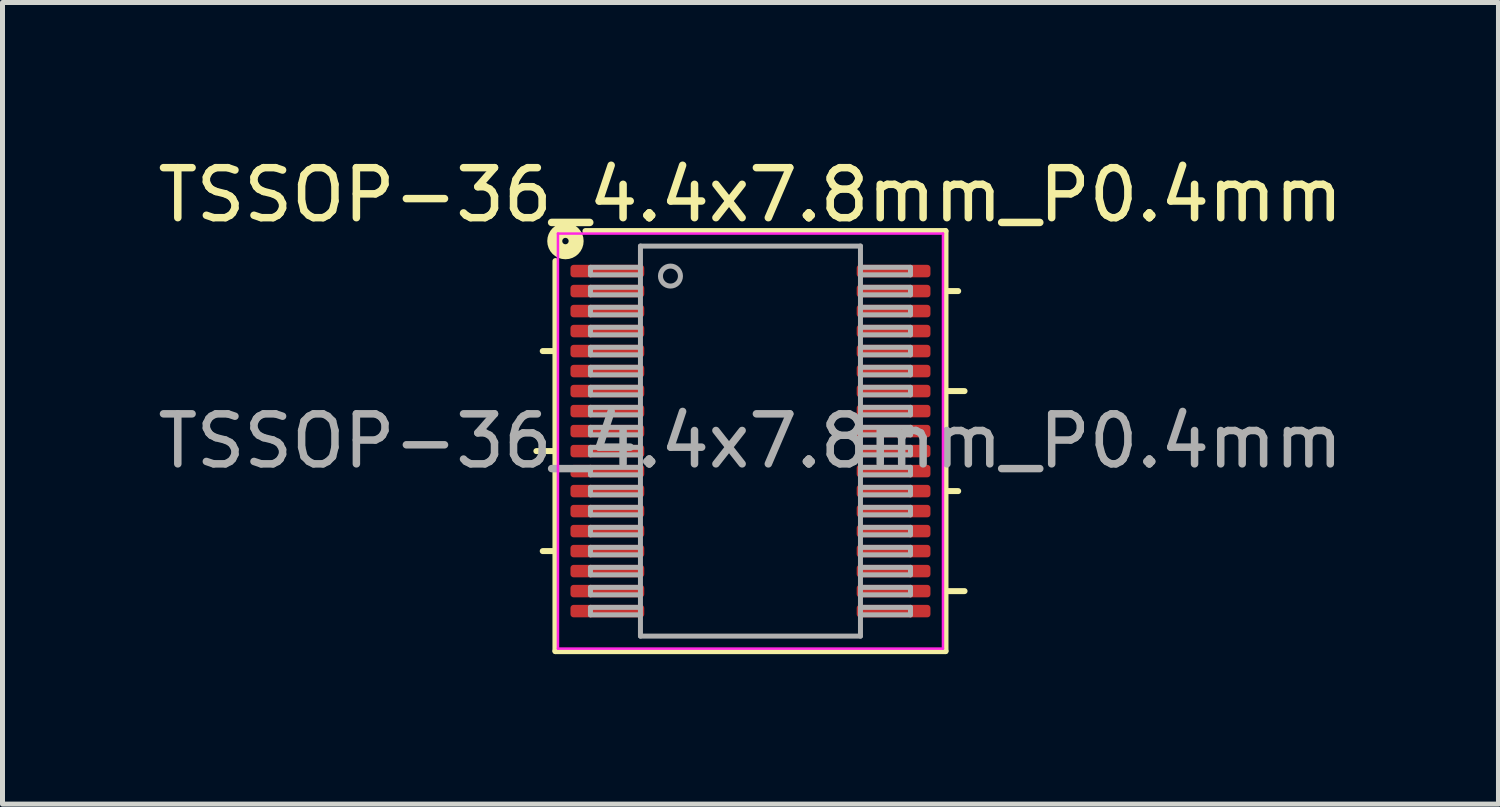
<source format=kicad_pcb>
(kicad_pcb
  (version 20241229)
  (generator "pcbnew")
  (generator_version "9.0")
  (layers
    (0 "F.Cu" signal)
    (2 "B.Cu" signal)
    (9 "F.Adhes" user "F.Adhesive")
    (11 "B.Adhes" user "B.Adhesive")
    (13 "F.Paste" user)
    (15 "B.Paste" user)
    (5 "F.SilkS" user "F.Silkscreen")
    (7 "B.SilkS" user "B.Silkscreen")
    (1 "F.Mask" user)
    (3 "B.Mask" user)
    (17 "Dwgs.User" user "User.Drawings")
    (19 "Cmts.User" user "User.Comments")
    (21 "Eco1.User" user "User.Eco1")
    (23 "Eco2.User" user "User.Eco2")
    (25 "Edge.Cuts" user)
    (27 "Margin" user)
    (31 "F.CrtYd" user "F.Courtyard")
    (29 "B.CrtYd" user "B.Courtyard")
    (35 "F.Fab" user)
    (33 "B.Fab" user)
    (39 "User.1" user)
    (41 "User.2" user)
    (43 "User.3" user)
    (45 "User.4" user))
  (footprint "TSSOP-36_4.4x7.8mm_P0.4mm"
    (layer "F.Cu")
    (at 11.958 5.771)
    (property "Reference" "TSSOP-36_4.4x7.8mm_P0.4mm" (at 0 -4.923 0) (layer "F.SilkS") (effects (font (size 1 1) (thickness 0.15))))
    (attr smd)
    (fp_line (start -4.281 0.2) (end -3.9 0.2) (stroke (width 0.12) (type solid)) (layer "F.SilkS"))
    (fp_line (start -4.154 2.2) (end -3.9 2.2) (stroke (width 0.12) (type solid)) (layer "F.SilkS"))
    (fp_line (start -3.9 -3.6) (end -3.9 4.2) (stroke (width 0.12) (type solid)) (layer "F.SilkS"))
    (fp_line (start -3.9 -1.8) (end -4.154 -1.8) (stroke (width 0.12) (type solid)) (layer "F.SilkS"))
    (fp_line (start -3.9 4.2) (end 3.9 4.2) (stroke (width 0.12) (type solid)) (layer "F.SilkS"))
    (fp_line (start 3.9 -4.2) (end -3.3 -4.2) (stroke (width 0.12) (type solid)) (layer "F.SilkS"))
    (fp_line (start 3.9 -3) (end 4.154 -3) (stroke (width 0.12) (type solid)) (layer "F.SilkS"))
    (fp_line (start 3.9 -1) (end 4.281 -1) (stroke (width 0.12) (type solid)) (layer "F.SilkS"))
    (fp_line (start 3.9 1) (end 4.154 1) (stroke (width 0.12) (type solid)) (layer "F.SilkS"))
    (fp_line (start 3.9 3) (end 4.281 3) (stroke (width 0.12) (type solid)) (layer "F.SilkS"))
    (fp_line (start 3.9 4.2) (end 3.9 -4.2) (stroke (width 0.12) (type solid)) (layer "F.SilkS"))
    (fp_circle (center -3.7 -4) (end -3.636 -4) (stroke (width 0.3) (type solid)) (fill no) (layer "F.SilkS"))
    (fp_line (start -3.85 -4.15) (end -3.85 4.15) (stroke (width 0.05) (type solid)) (layer "F.CrtYd"))
    (fp_line (start -3.85 4.15) (end 3.85 4.15) (stroke (width 0.05) (type solid)) (layer "F.CrtYd"))
    (fp_line (start 3.85 -4.15) (end -3.85 -4.15) (stroke (width 0.05) (type solid)) (layer "F.CrtYd"))
    (fp_line (start 3.85 4.15) (end 3.85 -4.15) (stroke (width 0.05) (type solid)) (layer "F.CrtYd"))
    (fp_line (start -3.2 -3.475) (end -3.2 -3.325) (stroke (width 0.1) (type solid)) (layer "F.Fab"))
    (fp_line (start -3.2 -3.475) (end -2.2 -3.475) (stroke (width 0.1) (type solid)) (layer "F.Fab"))
    (fp_line (start -3.2 -3.325) (end -2.2 -3.325) (stroke (width 0.1) (type solid)) (layer "F.Fab"))
    (fp_line (start -3.2 -3.075) (end -3.2 -2.925) (stroke (width 0.1) (type solid)) (layer "F.Fab"))
    (fp_line (start -3.2 -3.075) (end -2.2 -3.075) (stroke (width 0.1) (type solid)) (layer "F.Fab"))
    (fp_line (start -3.2 -2.925) (end -2.2 -2.925) (stroke (width 0.1) (type solid)) (layer "F.Fab"))
    (fp_line (start -3.2 -2.675) (end -3.2 -2.525) (stroke (width 0.1) (type solid)) (layer "F.Fab"))
    (fp_line (start -3.2 -2.675) (end -2.2 -2.675) (stroke (width 0.1) (type solid)) (layer "F.Fab"))
    (fp_line (start -3.2 -2.525) (end -2.2 -2.525) (stroke (width 0.1) (type solid)) (layer "F.Fab"))
    (fp_line (start -3.2 -2.275) (end -3.2 -2.125) (stroke (width 0.1) (type solid)) (layer "F.Fab"))
    (fp_line (start -3.2 -2.275) (end -2.2 -2.275) (stroke (width 0.1) (type solid)) (layer "F.Fab"))
    (fp_line (start -3.2 -2.125) (end -2.2 -2.125) (stroke (width 0.1) (type solid)) (layer "F.Fab"))
    (fp_line (start -3.2 -1.875) (end -3.2 -1.725) (stroke (width 0.1) (type solid)) (layer "F.Fab"))
    (fp_line (start -3.2 -1.875) (end -2.2 -1.875) (stroke (width 0.1) (type solid)) (layer "F.Fab"))
    (fp_line (start -3.2 -1.725) (end -2.2 -1.725) (stroke (width 0.1) (type solid)) (layer "F.Fab"))
    (fp_line (start -3.2 -1.475) (end -3.2 -1.325) (stroke (width 0.1) (type solid)) (layer "F.Fab"))
    (fp_line (start -3.2 -1.475) (end -2.2 -1.475) (stroke (width 0.1) (type solid)) (layer "F.Fab"))
    (fp_line (start -3.2 -1.325) (end -2.2 -1.325) (stroke (width 0.1) (type solid)) (layer "F.Fab"))
    (fp_line (start -3.2 -1.075) (end -3.2 -0.925) (stroke (width 0.1) (type solid)) (layer "F.Fab"))
    (fp_line (start -3.2 -1.075) (end -2.2 -1.075) (stroke (width 0.1) (type solid)) (layer "F.Fab"))
    (fp_line (start -3.2 -0.925) (end -2.2 -0.925) (stroke (width 0.1) (type solid)) (layer "F.Fab"))
    (fp_line (start -3.2 -0.675) (end -3.2 -0.525) (stroke (width 0.1) (type solid)) (layer "F.Fab"))
    (fp_line (start -3.2 -0.675) (end -2.2 -0.675) (stroke (width 0.1) (type solid)) (layer "F.Fab"))
    (fp_line (start -3.2 -0.525) (end -2.2 -0.525) (stroke (width 0.1) (type solid)) (layer "F.Fab"))
    (fp_line (start -3.2 -0.275) (end -3.2 -0.125) (stroke (width 0.1) (type solid)) (layer "F.Fab"))
    (fp_line (start -3.2 -0.275) (end -2.2 -0.275) (stroke (width 0.1) (type solid)) (layer "F.Fab"))
    (fp_line (start -3.2 -0.125) (end -2.2 -0.125) (stroke (width 0.1) (type solid)) (layer "F.Fab"))
    (fp_line (start -3.2 0.125) (end -3.2 0.275) (stroke (width 0.1) (type solid)) (layer "F.Fab"))
    (fp_line (start -3.2 0.125) (end -2.2 0.125) (stroke (width 0.1) (type solid)) (layer "F.Fab"))
    (fp_line (start -3.2 0.275) (end -2.2 0.275) (stroke (width 0.1) (type solid)) (layer "F.Fab"))
    (fp_line (start -3.2 0.525) (end -3.2 0.675) (stroke (width 0.1) (type solid)) (layer "F.Fab"))
    (fp_line (start -3.2 0.525) (end -2.2 0.525) (stroke (width 0.1) (type solid)) (layer "F.Fab"))
    (fp_line (start -3.2 0.675) (end -2.2 0.675) (stroke (width 0.1) (type solid)) (layer "F.Fab"))
    (fp_line (start -3.2 0.925) (end -3.2 1.075) (stroke (width 0.1) (type solid)) (layer "F.Fab"))
    (fp_line (start -3.2 0.925) (end -2.2 0.925) (stroke (width 0.1) (type solid)) (layer "F.Fab"))
    (fp_line (start -3.2 1.075) (end -2.2 1.075) (stroke (width 0.1) (type solid)) (layer "F.Fab"))
    (fp_line (start -3.2 1.325) (end -3.2 1.475) (stroke (width 0.1) (type solid)) (layer "F.Fab"))
    (fp_line (start -3.2 1.325) (end -2.2 1.325) (stroke (width 0.1) (type solid)) (layer "F.Fab"))
    (fp_line (start -3.2 1.475) (end -2.2 1.475) (stroke (width 0.1) (type solid)) (layer "F.Fab"))
    (fp_line (start -3.2 1.725) (end -3.2 1.875) (stroke (width 0.1) (type solid)) (layer "F.Fab"))
    (fp_line (start -3.2 1.725) (end -2.2 1.725) (stroke (width 0.1) (type solid)) (layer "F.Fab"))
    (fp_line (start -3.2 1.875) (end -2.2 1.875) (stroke (width 0.1) (type solid)) (layer "F.Fab"))
    (fp_line (start -3.2 2.125) (end -3.2 2.275) (stroke (width 0.1) (type solid)) (layer "F.Fab"))
    (fp_line (start -3.2 2.125) (end -2.2 2.125) (stroke (width 0.1) (type solid)) (layer "F.Fab"))
    (fp_line (start -3.2 2.275) (end -2.2 2.275) (stroke (width 0.1) (type solid)) (layer "F.Fab"))
    (fp_line (start -3.2 2.525) (end -3.2 2.675) (stroke (width 0.1) (type solid)) (layer "F.Fab"))
    (fp_line (start -3.2 2.525) (end -2.2 2.525) (stroke (width 0.1) (type solid)) (layer "F.Fab"))
    (fp_line (start -3.2 2.675) (end -2.2 2.675) (stroke (width 0.1) (type solid)) (layer "F.Fab"))
    (fp_line (start -3.2 2.925) (end -3.2 3.075) (stroke (width 0.1) (type solid)) (layer "F.Fab"))
    (fp_line (start -3.2 2.925) (end -2.2 2.925) (stroke (width 0.1) (type solid)) (layer "F.Fab"))
    (fp_line (start -3.2 3.075) (end -2.2 3.075) (stroke (width 0.1) (type solid)) (layer "F.Fab"))
    (fp_line (start -3.2 3.325) (end -3.2 3.475) (stroke (width 0.1) (type solid)) (layer "F.Fab"))
    (fp_line (start -3.2 3.325) (end -2.2 3.325) (stroke (width 0.1) (type solid)) (layer "F.Fab"))
    (fp_line (start -3.2 3.475) (end -2.2 3.475) (stroke (width 0.1) (type solid)) (layer "F.Fab"))
    (fp_line (start -2.2 -3.9) (end 2.2 -3.9) (stroke (width 0.1) (type solid)) (layer "F.Fab"))
    (fp_line (start -2.2 3.9) (end -2.2 -3.9) (stroke (width 0.1) (type solid)) (layer "F.Fab"))
    (fp_line (start 2.2 -3.9) (end 2.2 3.9) (stroke (width 0.1) (type solid)) (layer "F.Fab"))
    (fp_line (start 2.2 3.9) (end -2.2 3.9) (stroke (width 0.1) (type solid)) (layer "F.Fab"))
    (fp_line (start 3.2 -3.475) (end 2.2 -3.475) (stroke (width 0.1) (type solid)) (layer "F.Fab"))
    (fp_line (start 3.2 -3.325) (end 2.2 -3.325) (stroke (width 0.1) (type solid)) (layer "F.Fab"))
    (fp_line (start 3.2 -3.325) (end 3.2 -3.475) (stroke (width 0.1) (type solid)) (layer "F.Fab"))
    (fp_line (start 3.2 -3.075) (end 2.2 -3.075) (stroke (width 0.1) (type solid)) (layer "F.Fab"))
    (fp_line (start 3.2 -2.925) (end 2.2 -2.925) (stroke (width 0.1) (type solid)) (layer "F.Fab"))
    (fp_line (start 3.2 -2.925) (end 3.2 -3.075) (stroke (width 0.1) (type solid)) (layer "F.Fab"))
    (fp_line (start 3.2 -2.675) (end 2.2 -2.675) (stroke (width 0.1) (type solid)) (layer "F.Fab"))
    (fp_line (start 3.2 -2.525) (end 2.2 -2.525) (stroke (width 0.1) (type solid)) (layer "F.Fab"))
    (fp_line (start 3.2 -2.525) (end 3.2 -2.675) (stroke (width 0.1) (type solid)) (layer "F.Fab"))
    (fp_line (start 3.2 -2.275) (end 2.2 -2.275) (stroke (width 0.1) (type solid)) (layer "F.Fab"))
    (fp_line (start 3.2 -2.125) (end 2.2 -2.125) (stroke (width 0.1) (type solid)) (layer "F.Fab"))
    (fp_line (start 3.2 -2.125) (end 3.2 -2.275) (stroke (width 0.1) (type solid)) (layer "F.Fab"))
    (fp_line (start 3.2 -1.875) (end 2.2 -1.875) (stroke (width 0.1) (type solid)) (layer "F.Fab"))
    (fp_line (start 3.2 -1.725) (end 2.2 -1.725) (stroke (width 0.1) (type solid)) (layer "F.Fab"))
    (fp_line (start 3.2 -1.725) (end 3.2 -1.875) (stroke (width 0.1) (type solid)) (layer "F.Fab"))
    (fp_line (start 3.2 -1.475) (end 2.2 -1.475) (stroke (width 0.1) (type solid)) (layer "F.Fab"))
    (fp_line (start 3.2 -1.325) (end 2.2 -1.325) (stroke (width 0.1) (type solid)) (layer "F.Fab"))
    (fp_line (start 3.2 -1.325) (end 3.2 -1.475) (stroke (width 0.1) (type solid)) (layer "F.Fab"))
    (fp_line (start 3.2 -1.075) (end 2.2 -1.075) (stroke (width 0.1) (type solid)) (layer "F.Fab"))
    (fp_line (start 3.2 -0.925) (end 2.2 -0.925) (stroke (width 0.1) (type solid)) (layer "F.Fab"))
    (fp_line (start 3.2 -0.925) (end 3.2 -1.075) (stroke (width 0.1) (type solid)) (layer "F.Fab"))
    (fp_line (start 3.2 -0.675) (end 2.2 -0.675) (stroke (width 0.1) (type solid)) (layer "F.Fab"))
    (fp_line (start 3.2 -0.525) (end 2.2 -0.525) (stroke (width 0.1) (type solid)) (layer "F.Fab"))
    (fp_line (start 3.2 -0.525) (end 3.2 -0.675) (stroke (width 0.1) (type solid)) (layer "F.Fab"))
    (fp_line (start 3.2 -0.275) (end 2.2 -0.275) (stroke (width 0.1) (type solid)) (layer "F.Fab"))
    (fp_line (start 3.2 -0.125) (end 2.2 -0.125) (stroke (width 0.1) (type solid)) (layer "F.Fab"))
    (fp_line (start 3.2 -0.125) (end 3.2 -0.275) (stroke (width 0.1) (type solid)) (layer "F.Fab"))
    (fp_line (start 3.2 0.125) (end 2.2 0.125) (stroke (width 0.1) (type solid)) (layer "F.Fab"))
    (fp_line (start 3.2 0.275) (end 2.2 0.275) (stroke (width 0.1) (type solid)) (layer "F.Fab"))
    (fp_line (start 3.2 0.275) (end 3.2 0.125) (stroke (width 0.1) (type solid)) (layer "F.Fab"))
    (fp_line (start 3.2 0.525) (end 2.2 0.525) (stroke (width 0.1) (type solid)) (layer "F.Fab"))
    (fp_line (start 3.2 0.675) (end 2.2 0.675) (stroke (width 0.1) (type solid)) (layer "F.Fab"))
    (fp_line (start 3.2 0.675) (end 3.2 0.525) (stroke (width 0.1) (type solid)) (layer "F.Fab"))
    (fp_line (start 3.2 0.925) (end 2.2 0.925) (stroke (width 0.1) (type solid)) (layer "F.Fab"))
    (fp_line (start 3.2 1.075) (end 2.2 1.075) (stroke (width 0.1) (type solid)) (layer "F.Fab"))
    (fp_line (start 3.2 1.075) (end 3.2 0.925) (stroke (width 0.1) (type solid)) (layer "F.Fab"))
    (fp_line (start 3.2 1.325) (end 2.2 1.325) (stroke (width 0.1) (type solid)) (layer "F.Fab"))
    (fp_line (start 3.2 1.475) (end 2.2 1.475) (stroke (width 0.1) (type solid)) (layer "F.Fab"))
    (fp_line (start 3.2 1.475) (end 3.2 1.325) (stroke (width 0.1) (type solid)) (layer "F.Fab"))
    (fp_line (start 3.2 1.725) (end 2.2 1.725) (stroke (width 0.1) (type solid)) (layer "F.Fab"))
    (fp_line (start 3.2 1.875) (end 2.2 1.875) (stroke (width 0.1) (type solid)) (layer "F.Fab"))
    (fp_line (start 3.2 1.875) (end 3.2 1.725) (stroke (width 0.1) (type solid)) (layer "F.Fab"))
    (fp_line (start 3.2 2.125) (end 2.2 2.125) (stroke (width 0.1) (type solid)) (layer "F.Fab"))
    (fp_line (start 3.2 2.275) (end 2.2 2.275) (stroke (width 0.1) (type solid)) (layer "F.Fab"))
    (fp_line (start 3.2 2.275) (end 3.2 2.125) (stroke (width 0.1) (type solid)) (layer "F.Fab"))
    (fp_line (start 3.2 2.525) (end 2.2 2.525) (stroke (width 0.1) (type solid)) (layer "F.Fab"))
    (fp_line (start 3.2 2.675) (end 2.2 2.675) (stroke (width 0.1) (type solid)) (layer "F.Fab"))
    (fp_line (start 3.2 2.675) (end 3.2 2.525) (stroke (width 0.1) (type solid)) (layer "F.Fab"))
    (fp_line (start 3.2 2.925) (end 2.2 2.925) (stroke (width 0.1) (type solid)) (layer "F.Fab"))
    (fp_line (start 3.2 3.075) (end 2.2 3.075) (stroke (width 0.1) (type solid)) (layer "F.Fab"))
    (fp_line (start 3.2 3.075) (end 3.2 2.925) (stroke (width 0.1) (type solid)) (layer "F.Fab"))
    (fp_line (start 3.2 3.325) (end 2.2 3.325) (stroke (width 0.1) (type solid)) (layer "F.Fab"))
    (fp_line (start 3.2 3.475) (end 2.2 3.475) (stroke (width 0.1) (type solid)) (layer "F.Fab"))
    (fp_line (start 3.2 3.475) (end 3.2 3.325) (stroke (width 0.1) (type solid)) (layer "F.Fab"))
    (fp_circle (center -1.6 -3.3) (end -1.4 -3.3) (stroke (width 0.1) (type solid)) (fill no) (layer "F.Fab"))
    (fp_text user "${REFERENCE}" (at 0 0 0) (layer "F.Fab") (effects (font (size 1 1) (thickness 0.15))))
    (pad "1" smd roundrect (at -2.862 -3.4) (size 1.475 0.25) (layers "F.Cu" "F.Mask" "F.Paste") (roundrect_rratio 0.25))
    (pad "2" smd roundrect (at -2.862 -3) (size 1.475 0.25) (layers "F.Cu" "F.Mask" "F.Paste") (roundrect_rratio 0.25))
    (pad "3" smd roundrect (at -2.862 -2.6) (size 1.475 0.25) (layers "F.Cu" "F.Mask" "F.Paste") (roundrect_rratio 0.25))
    (pad "4" smd roundrect (at -2.862 -2.2) (size 1.475 0.25) (layers "F.Cu" "F.Mask" "F.Paste") (roundrect_rratio 0.25))
    (pad "5" smd roundrect (at -2.862 -1.8) (size 1.475 0.25) (layers "F.Cu" "F.Mask" "F.Paste") (roundrect_rratio 0.25))
    (pad "6" smd roundrect (at -2.862 -1.4) (size 1.475 0.25) (layers "F.Cu" "F.Mask" "F.Paste") (roundrect_rratio 0.25))
    (pad "7" smd roundrect (at -2.862 -1) (size 1.475 0.25) (layers "F.Cu" "F.Mask" "F.Paste") (roundrect_rratio 0.25))
    (pad "8" smd roundrect (at -2.862 -0.6) (size 1.475 0.25) (layers "F.Cu" "F.Mask" "F.Paste") (roundrect_rratio 0.25))
    (pad "9" smd roundrect (at -2.862 -0.2) (size 1.475 0.25) (layers "F.Cu" "F.Mask" "F.Paste") (roundrect_rratio 0.25))
    (pad "10" smd roundrect (at -2.862 0.2) (size 1.475 0.25) (layers "F.Cu" "F.Mask" "F.Paste") (roundrect_rratio 0.25))
    (pad "11" smd roundrect (at -2.862 0.6) (size 1.475 0.25) (layers "F.Cu" "F.Mask" "F.Paste") (roundrect_rratio 0.25))
    (pad "12" smd roundrect (at -2.862 1) (size 1.475 0.25) (layers "F.Cu" "F.Mask" "F.Paste") (roundrect_rratio 0.25))
    (pad "13" smd roundrect (at -2.862 1.4) (size 1.475 0.25) (layers "F.Cu" "F.Mask" "F.Paste") (roundrect_rratio 0.25))
    (pad "14" smd roundrect (at -2.862 1.8) (size 1.475 0.25) (layers "F.Cu" "F.Mask" "F.Paste") (roundrect_rratio 0.25))
    (pad "15" smd roundrect (at -2.862 2.2) (size 1.475 0.25) (layers "F.Cu" "F.Mask" "F.Paste") (roundrect_rratio 0.25))
    (pad "16" smd roundrect (at -2.862 2.6) (size 1.475 0.25) (layers "F.Cu" "F.Mask" "F.Paste") (roundrect_rratio 0.25))
    (pad "17" smd roundrect (at -2.862 3) (size 1.475 0.25) (layers "F.Cu" "F.Mask" "F.Paste") (roundrect_rratio 0.25))
    (pad "18" smd roundrect (at -2.862 3.4) (size 1.475 0.25) (layers "F.Cu" "F.Mask" "F.Paste") (roundrect_rratio 0.25))
    (pad "19" smd roundrect (at 2.862 3.4) (size 1.475 0.25) (layers "F.Cu" "F.Mask" "F.Paste") (roundrect_rratio 0.25))
    (pad "20" smd roundrect (at 2.862 3) (size 1.475 0.25) (layers "F.Cu" "F.Mask" "F.Paste") (roundrect_rratio 0.25))
    (pad "21" smd roundrect (at 2.862 2.6) (size 1.475 0.25) (layers "F.Cu" "F.Mask" "F.Paste") (roundrect_rratio 0.25))
    (pad "22" smd roundrect (at 2.862 2.2) (size 1.475 0.25) (layers "F.Cu" "F.Mask" "F.Paste") (roundrect_rratio 0.25))
    (pad "23" smd roundrect (at 2.862 1.8) (size 1.475 0.25) (layers "F.Cu" "F.Mask" "F.Paste") (roundrect_rratio 0.25))
    (pad "24" smd roundrect (at 2.862 1.4) (size 1.475 0.25) (layers "F.Cu" "F.Mask" "F.Paste") (roundrect_rratio 0.25))
    (pad "25" smd roundrect (at 2.862 1) (size 1.475 0.25) (layers "F.Cu" "F.Mask" "F.Paste") (roundrect_rratio 0.25))
    (pad "26" smd roundrect (at 2.862 0.6) (size 1.475 0.25) (layers "F.Cu" "F.Mask" "F.Paste") (roundrect_rratio 0.25))
    (pad "27" smd roundrect (at 2.862 0.2) (size 1.475 0.25) (layers "F.Cu" "F.Mask" "F.Paste") (roundrect_rratio 0.25))
    (pad "28" smd roundrect (at 2.862 -0.2) (size 1.475 0.25) (layers "F.Cu" "F.Mask" "F.Paste") (roundrect_rratio 0.25))
    (pad "29" smd roundrect (at 2.862 -0.6) (size 1.475 0.25) (layers "F.Cu" "F.Mask" "F.Paste") (roundrect_rratio 0.25))
    (pad "30" smd roundrect (at 2.862 -1) (size 1.475 0.25) (layers "F.Cu" "F.Mask" "F.Paste") (roundrect_rratio 0.25))
    (pad "31" smd roundrect (at 2.862 -1.4) (size 1.475 0.25) (layers "F.Cu" "F.Mask" "F.Paste") (roundrect_rratio 0.25))
    (pad "32" smd roundrect (at 2.862 -1.8) (size 1.475 0.25) (layers "F.Cu" "F.Mask" "F.Paste") (roundrect_rratio 0.25))
    (pad "33" smd roundrect (at 2.862 -2.2) (size 1.475 0.25) (layers "F.Cu" "F.Mask" "F.Paste") (roundrect_rratio 0.25))
    (pad "34" smd roundrect (at 2.862 -2.6) (size 1.475 0.25) (layers "F.Cu" "F.Mask" "F.Paste") (roundrect_rratio 0.25))
    (pad "35" smd roundrect (at 2.862 -3) (size 1.475 0.25) (layers "F.Cu" "F.Mask" "F.Paste") (roundrect_rratio 0.25))
    (pad "36" smd roundrect (at 2.862 -3.4) (size 1.475 0.25) (layers "F.Cu" "F.Mask" "F.Paste") (roundrect_rratio 0.25)))
  (gr_rect
    (start -3 -3)
    (end 26.917 13.031)
    (stroke (width 0.1) (type default))
    (fill no)
    (layer "Edge.Cuts")))
</source>
